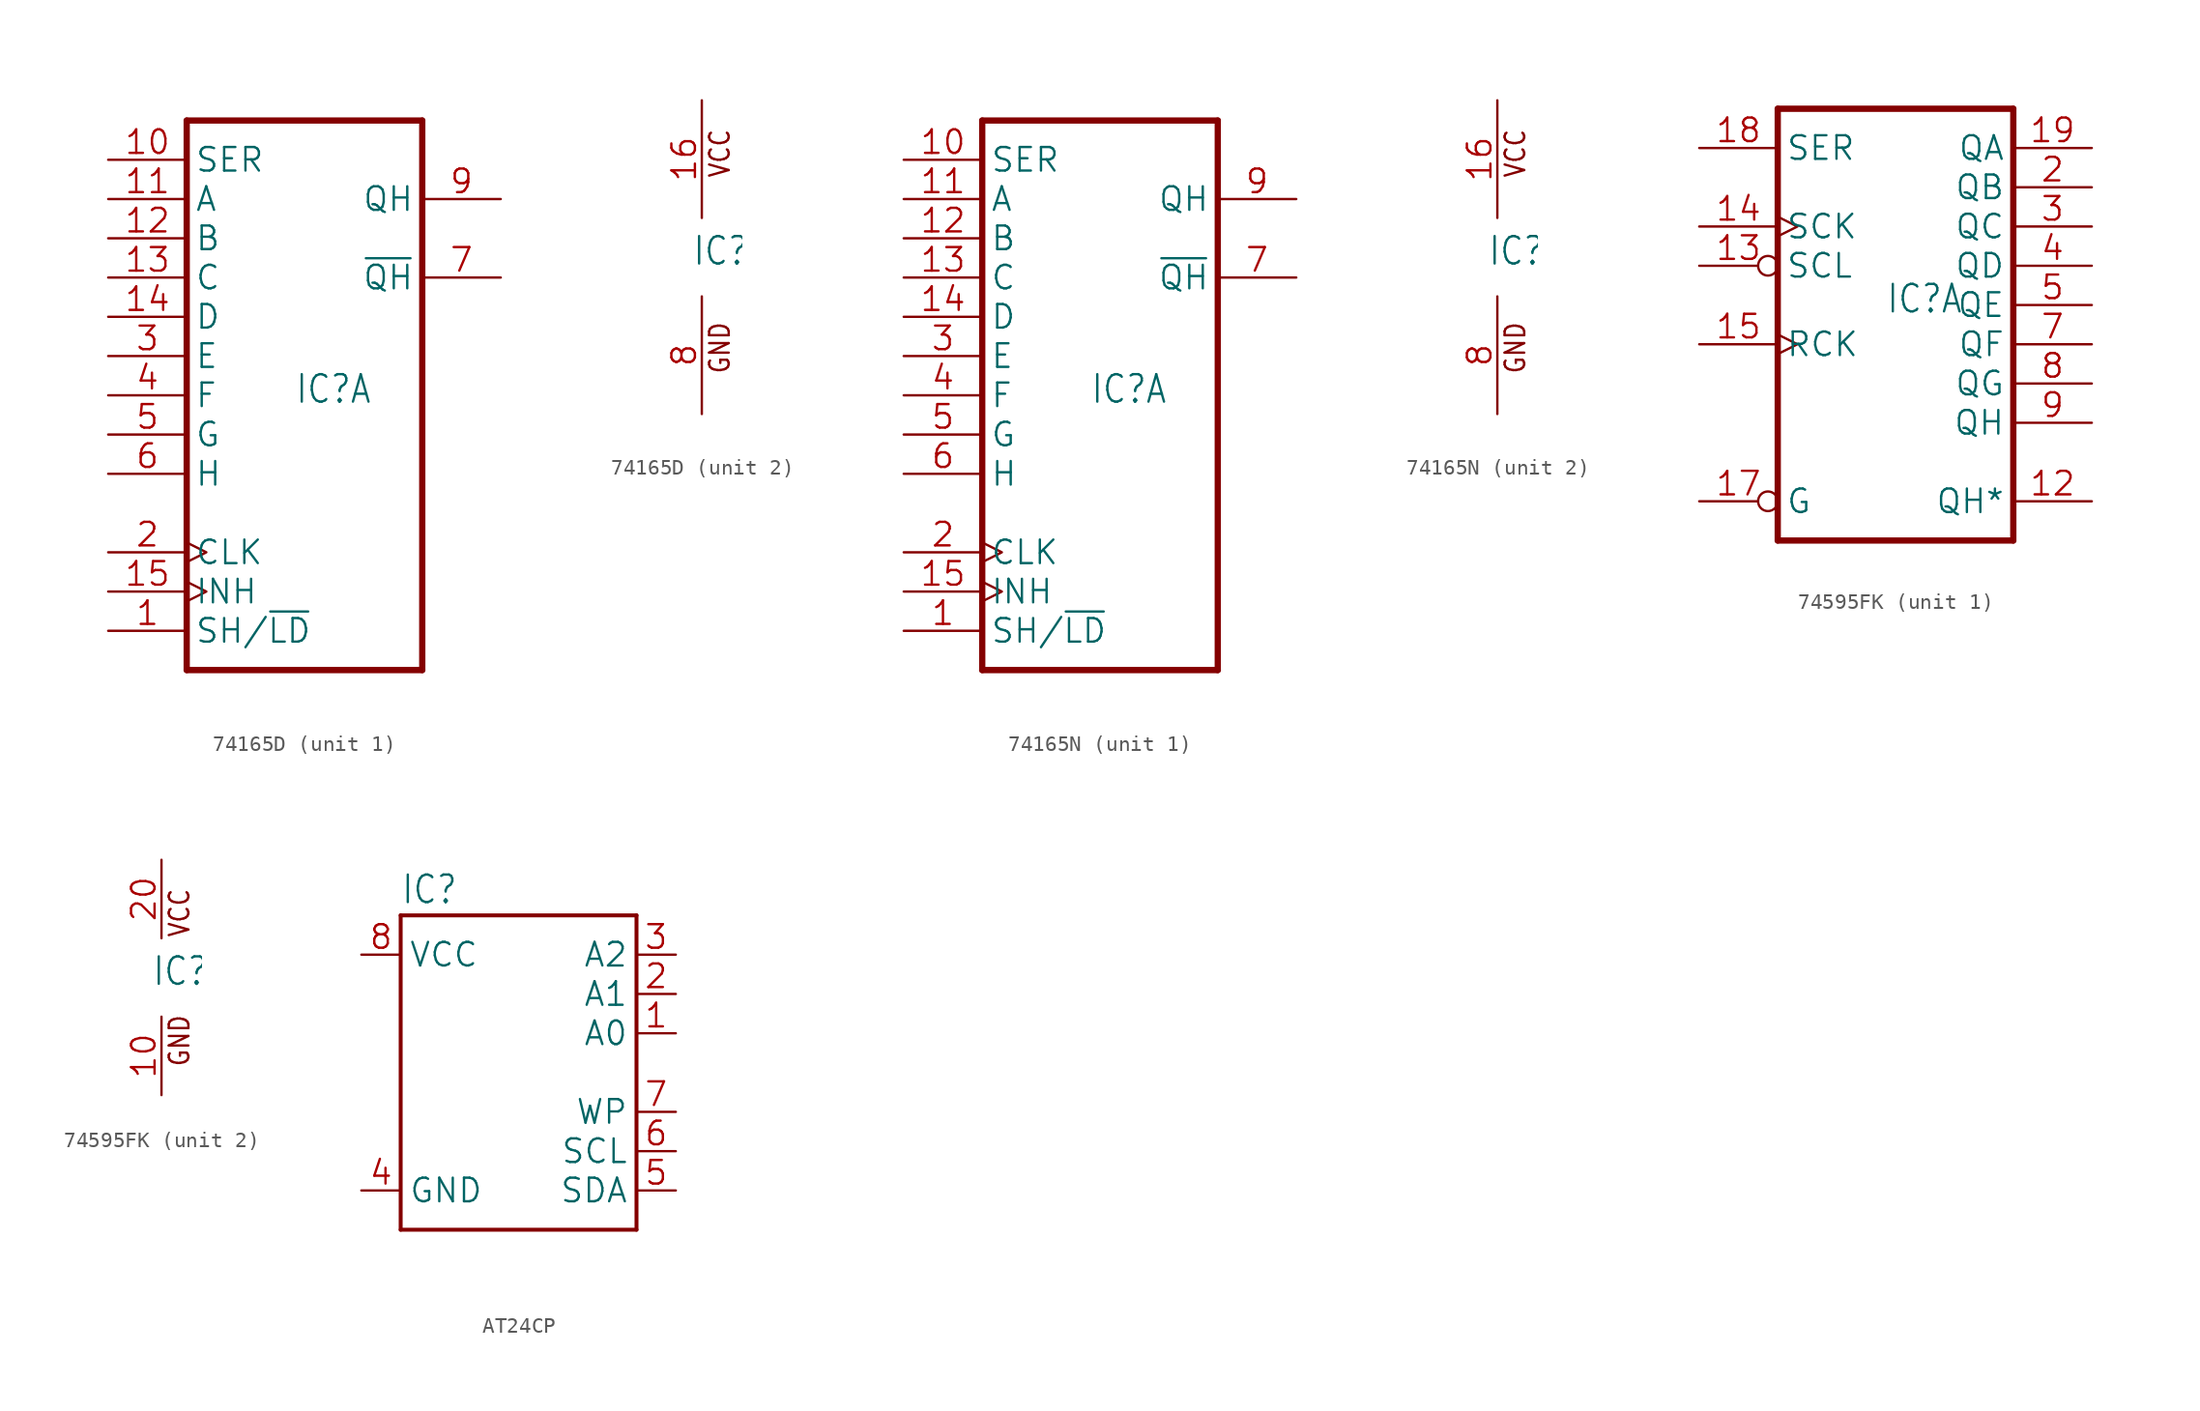
<source format=kicad_sym>
(kicad_symbol_lib
  (version 20241209)
  (generator "kicad_symbol_editor")
  (generator_version "9.0")
  (symbol "74165D"
    (property "Reference" "IC"
      (at -0.635 -0.635 0)
      (effects (font (size 1.778 1.511)) (justify left bottom)))
    (property "ki_locked" ""
      (at 0 0 0)
      (effects (font (size 1.27 1.27))))
    (symbol "74165D_1_0"
      (polyline (pts (xy -7.62 17.78) (xy -7.62 -17.78)) (stroke (width 0.406) (type solid)) (fill (type none)))
      (polyline (pts (xy -7.62 -17.78) (xy 7.62 -17.78)) (stroke (width 0.406) (type solid)) (fill (type none)))
      (polyline (pts (xy 7.62 17.78) (xy -7.62 17.78)) (stroke (width 0.406) (type solid)) (fill (type none)))
      (polyline (pts (xy 7.62 -17.78) (xy 7.62 17.78)) (stroke (width 0.406) (type solid)) (fill (type none)))
      (pin input line (at -12.7 15.24 0) (length 5.08) (name "SER" (effects (font (size 1.524 1.524)))) (number "10" (effects (font (size 1.524 1.524)))))
      (pin input line (at -12.7 12.7 0) (length 5.08) (name "A" (effects (font (size 1.524 1.524)))) (number "11" (effects (font (size 1.524 1.524)))))
      (pin input line (at -12.7 10.16 0) (length 5.08) (name "B" (effects (font (size 1.524 1.524)))) (number "12" (effects (font (size 1.524 1.524)))))
      (pin input line (at -12.7 7.62 0) (length 5.08) (name "C" (effects (font (size 1.524 1.524)))) (number "13" (effects (font (size 1.524 1.524)))))
      (pin input line (at -12.7 5.08 0) (length 5.08) (name "D" (effects (font (size 1.524 1.524)))) (number "14" (effects (font (size 1.524 1.524)))))
      (pin input line (at -12.7 2.54 0) (length 5.08) (name "E" (effects (font (size 1.524 1.524)))) (number "3" (effects (font (size 1.524 1.524)))))
      (pin input line (at -12.7 0 0) (length 5.08) (name "F" (effects (font (size 1.524 1.524)))) (number "4" (effects (font (size 1.524 1.524)))))
      (pin input line (at -12.7 -2.54 0) (length 5.08) (name "G" (effects (font (size 1.524 1.524)))) (number "5" (effects (font (size 1.524 1.524)))))
      (pin input line (at -12.7 -5.08 0) (length 5.08) (name "H" (effects (font (size 1.524 1.524)))) (number "6" (effects (font (size 1.524 1.524)))))
      (pin input clock (at -12.7 -10.16 0) (length 5.08) (name "CLK" (effects (font (size 1.524 1.524)))) (number "2" (effects (font (size 1.524 1.524)))))
      (pin input clock (at -12.7 -12.7 0) (length 5.08) (name "INH" (effects (font (size 1.524 1.524)))) (number "15" (effects (font (size 1.524 1.524)))))
      (pin input line (at -12.7 -15.24 0) (length 5.08) (name "SH/~{LD}" (effects (font (size 1.524 1.524)))) (number "1" (effects (font (size 1.524 1.524)))))
      (pin output line (at 12.7 12.7 180) (length 5.08) (name "QH" (effects (font (size 1.524 1.524)))) (number "9" (effects (font (size 1.524 1.524)))))
      (pin output line (at 12.7 7.62 180) (length 5.08) (name "~{QH}" (effects (font (size 1.524 1.524)))) (number "7" (effects (font (size 1.524 1.524))))))
    (symbol "74165D_2_0"
      (text "VCC" (at 1.905 5.08 900) (effects (font (size 1.27 1.079)) (justify left bottom)))
      (text "GND" (at 1.905 -7.62 900) (effects (font (size 1.27 1.079)) (justify left bottom)))
      (pin power_in line (at 0 10.16 270) (length 7.62) (name "VCC" (effects (font (size 0 0)))) (number "16" (effects (font (size 1.524 1.524)))))
      (pin power_in line (at 0 -10.16 90) (length 7.62) (name "GND" (effects (font (size 0 0)))) (number "8" (effects (font (size 1.524 1.524)))))))
  (symbol "74165N"
    (property "Reference" "IC"
      (at -0.635 -0.635 0)
      (effects (font (size 1.778 1.511)) (justify left bottom)))
    (property "ki_locked" ""
      (at 0 0 0)
      (effects (font (size 1.27 1.27))))
    (symbol "74165N_1_0"
      (polyline (pts (xy -7.62 17.78) (xy -7.62 -17.78)) (stroke (width 0.406) (type solid)) (fill (type none)))
      (polyline (pts (xy -7.62 -17.78) (xy 7.62 -17.78)) (stroke (width 0.406) (type solid)) (fill (type none)))
      (polyline (pts (xy 7.62 17.78) (xy -7.62 17.78)) (stroke (width 0.406) (type solid)) (fill (type none)))
      (polyline (pts (xy 7.62 -17.78) (xy 7.62 17.78)) (stroke (width 0.406) (type solid)) (fill (type none)))
      (pin input line (at -12.7 15.24 0) (length 5.08) (name "SER" (effects (font (size 1.524 1.524)))) (number "10" (effects (font (size 1.524 1.524)))))
      (pin input line (at -12.7 12.7 0) (length 5.08) (name "A" (effects (font (size 1.524 1.524)))) (number "11" (effects (font (size 1.524 1.524)))))
      (pin input line (at -12.7 10.16 0) (length 5.08) (name "B" (effects (font (size 1.524 1.524)))) (number "12" (effects (font (size 1.524 1.524)))))
      (pin input line (at -12.7 7.62 0) (length 5.08) (name "C" (effects (font (size 1.524 1.524)))) (number "13" (effects (font (size 1.524 1.524)))))
      (pin input line (at -12.7 5.08 0) (length 5.08) (name "D" (effects (font (size 1.524 1.524)))) (number "14" (effects (font (size 1.524 1.524)))))
      (pin input line (at -12.7 2.54 0) (length 5.08) (name "E" (effects (font (size 1.524 1.524)))) (number "3" (effects (font (size 1.524 1.524)))))
      (pin input line (at -12.7 0 0) (length 5.08) (name "F" (effects (font (size 1.524 1.524)))) (number "4" (effects (font (size 1.524 1.524)))))
      (pin input line (at -12.7 -2.54 0) (length 5.08) (name "G" (effects (font (size 1.524 1.524)))) (number "5" (effects (font (size 1.524 1.524)))))
      (pin input line (at -12.7 -5.08 0) (length 5.08) (name "H" (effects (font (size 1.524 1.524)))) (number "6" (effects (font (size 1.524 1.524)))))
      (pin input clock (at -12.7 -10.16 0) (length 5.08) (name "CLK" (effects (font (size 1.524 1.524)))) (number "2" (effects (font (size 1.524 1.524)))))
      (pin input clock (at -12.7 -12.7 0) (length 5.08) (name "INH" (effects (font (size 1.524 1.524)))) (number "15" (effects (font (size 1.524 1.524)))))
      (pin input line (at -12.7 -15.24 0) (length 5.08) (name "SH/~{LD}" (effects (font (size 1.524 1.524)))) (number "1" (effects (font (size 1.524 1.524)))))
      (pin output line (at 12.7 12.7 180) (length 5.08) (name "QH" (effects (font (size 1.524 1.524)))) (number "9" (effects (font (size 1.524 1.524)))))
      (pin output line (at 12.7 7.62 180) (length 5.08) (name "~{QH}" (effects (font (size 1.524 1.524)))) (number "7" (effects (font (size 1.524 1.524))))))
    (symbol "74165N_2_0"
      (text "VCC" (at 1.905 5.08 900) (effects (font (size 1.27 1.079)) (justify left bottom)))
      (text "GND" (at 1.905 -7.62 900) (effects (font (size 1.27 1.079)) (justify left bottom)))
      (pin power_in line (at 0 10.16 270) (length 7.62) (name "VCC" (effects (font (size 0 0)))) (number "16" (effects (font (size 1.524 1.524)))))
      (pin power_in line (at 0 -10.16 90) (length 7.62) (name "GND" (effects (font (size 0 0)))) (number "8" (effects (font (size 1.524 1.524)))))))
  (symbol "74595FK"
    (property "Reference" "IC"
      (at -0.635 -0.635 0)
      (effects (font (size 1.778 1.511)) (justify left bottom)))
    (property "ki_locked" ""
      (at 0 0 0)
      (effects (font (size 1.27 1.27))))
    (symbol "74595FK_1_0"
      (polyline (pts (xy -7.62 12.7) (xy -7.62 -15.24)) (stroke (width 0.406) (type solid)) (fill (type none)))
      (polyline (pts (xy -7.62 -15.24) (xy 7.62 -15.24)) (stroke (width 0.406) (type solid)) (fill (type none)))
      (polyline (pts (xy 7.62 12.7) (xy -7.62 12.7)) (stroke (width 0.406) (type solid)) (fill (type none)))
      (polyline (pts (xy 7.62 -15.24) (xy 7.62 12.7)) (stroke (width 0.406) (type solid)) (fill (type none)))
      (pin input line (at -12.7 10.16 0) (length 5.08) (name "SER" (effects (font (size 1.524 1.524)))) (number "18" (effects (font (size 1.524 1.524)))))
      (pin input clock (at -12.7 5.08 0) (length 5.08) (name "SCK" (effects (font (size 1.524 1.524)))) (number "14" (effects (font (size 1.524 1.524)))))
      (pin input inverted (at -12.7 2.54 0) (length 5.08) (name "SCL" (effects (font (size 1.524 1.524)))) (number "13" (effects (font (size 1.524 1.524)))))
      (pin input clock (at -12.7 -2.54 0) (length 5.08) (name "RCK" (effects (font (size 1.524 1.524)))) (number "15" (effects (font (size 1.524 1.524)))))
      (pin input inverted (at -12.7 -12.7 0) (length 5.08) (name "G" (effects (font (size 1.524 1.524)))) (number "17" (effects (font (size 1.524 1.524)))))
      (pin tri_state line (at 12.7 10.16 180) (length 5.08) (name "QA" (effects (font (size 1.524 1.524)))) (number "19" (effects (font (size 1.524 1.524)))))
      (pin tri_state line (at 12.7 7.62 180) (length 5.08) (name "QB" (effects (font (size 1.524 1.524)))) (number "2" (effects (font (size 1.524 1.524)))))
      (pin tri_state line (at 12.7 5.08 180) (length 5.08) (name "QC" (effects (font (size 1.524 1.524)))) (number "3" (effects (font (size 1.524 1.524)))))
      (pin tri_state line (at 12.7 2.54 180) (length 5.08) (name "QD" (effects (font (size 1.524 1.524)))) (number "4" (effects (font (size 1.524 1.524)))))
      (pin tri_state line (at 12.7 0 180) (length 5.08) (name "QE" (effects (font (size 1.524 1.524)))) (number "5" (effects (font (size 1.524 1.524)))))
      (pin tri_state line (at 12.7 -2.54 180) (length 5.08) (name "QF" (effects (font (size 1.524 1.524)))) (number "7" (effects (font (size 1.524 1.524)))))
      (pin tri_state line (at 12.7 -5.08 180) (length 5.08) (name "QG" (effects (font (size 1.524 1.524)))) (number "8" (effects (font (size 1.524 1.524)))))
      (pin tri_state line (at 12.7 -7.62 180) (length 5.08) (name "QH" (effects (font (size 1.524 1.524)))) (number "9" (effects (font (size 1.524 1.524)))))
      (pin tri_state line (at 12.7 -12.7 180) (length 5.08) (name "QH*" (effects (font (size 1.524 1.524)))) (number "12" (effects (font (size 1.524 1.524))))))
    (symbol "74595FK_2_0"
      (text "VCC" (at 1.905 2.54 900) (effects (font (size 1.27 1.079)) (justify left bottom)))
      (text "GND" (at 1.905 -5.842 900) (effects (font (size 1.27 1.079)) (justify left bottom)))
      (pin power_in line (at 0 7.62 270) (length 5.08) (name "VCC" (effects (font (size 0 0)))) (number "20" (effects (font (size 1.524 1.524)))))
      (pin power_in line (at 0 -7.62 90) (length 5.08) (name "GND" (effects (font (size 0 0)))) (number "10" (effects (font (size 1.524 1.524)))))))
  (symbol "AT24CP"
    (property "Reference" "IC"
      (at -7.62 10.795 0)
      (effects (font (size 1.778 1.511)) (justify left bottom)))
    (property "Value" ""
      (at -7.62 -12.7 0)
      (effects (font (size 1.778 1.511)) (justify left bottom)))
    (property "ki_locked" ""
      (at 0 0 0)
      (effects (font (size 1.27 1.27))))
    (symbol "AT24CP_1_0"
      (polyline (pts (xy -7.62 10.16) (xy 7.62 10.16)) (stroke (width 0.254) (type solid)) (fill (type none)))
      (polyline (pts (xy -7.62 -10.16) (xy -7.62 10.16)) (stroke (width 0.254) (type solid)) (fill (type none)))
      (polyline (pts (xy 7.62 10.16) (xy 7.62 -10.16)) (stroke (width 0.254) (type solid)) (fill (type none)))
      (polyline (pts (xy 7.62 -10.16) (xy -7.62 -10.16)) (stroke (width 0.254) (type solid)) (fill (type none)))
      (pin power_in line (at -10.16 7.62 0) (length 2.54) (name "VCC" (effects (font (size 1.524 1.524)))) (number "8" (effects (font (size 1.524 1.524)))))
      (pin power_in line (at -10.16 -7.62 0) (length 2.54) (name "GND" (effects (font (size 1.524 1.524)))) (number "4" (effects (font (size 1.524 1.524)))))
      (pin input line (at 10.16 7.62 180) (length 2.54) (name "A2" (effects (font (size 1.524 1.524)))) (number "3" (effects (font (size 1.524 1.524)))))
      (pin input line (at 10.16 5.08 180) (length 2.54) (name "A1" (effects (font (size 1.524 1.524)))) (number "2" (effects (font (size 1.524 1.524)))))
      (pin input line (at 10.16 2.54 180) (length 2.54) (name "A0" (effects (font (size 1.524 1.524)))) (number "1" (effects (font (size 1.524 1.524)))))
      (pin input line (at 10.16 -2.54 180) (length 2.54) (name "WP" (effects (font (size 1.524 1.524)))) (number "7" (effects (font (size 1.524 1.524)))))
      (pin bidirectional line (at 10.16 -5.08 180) (length 2.54) (name "SCL" (effects (font (size 1.524 1.524)))) (number "6" (effects (font (size 1.524 1.524)))))
      (pin bidirectional line (at 10.16 -7.62 180) (length 2.54) (name "SDA" (effects (font (size 1.524 1.524)))) (number "5" (effects (font (size 1.524 1.524))))))))
</source>
